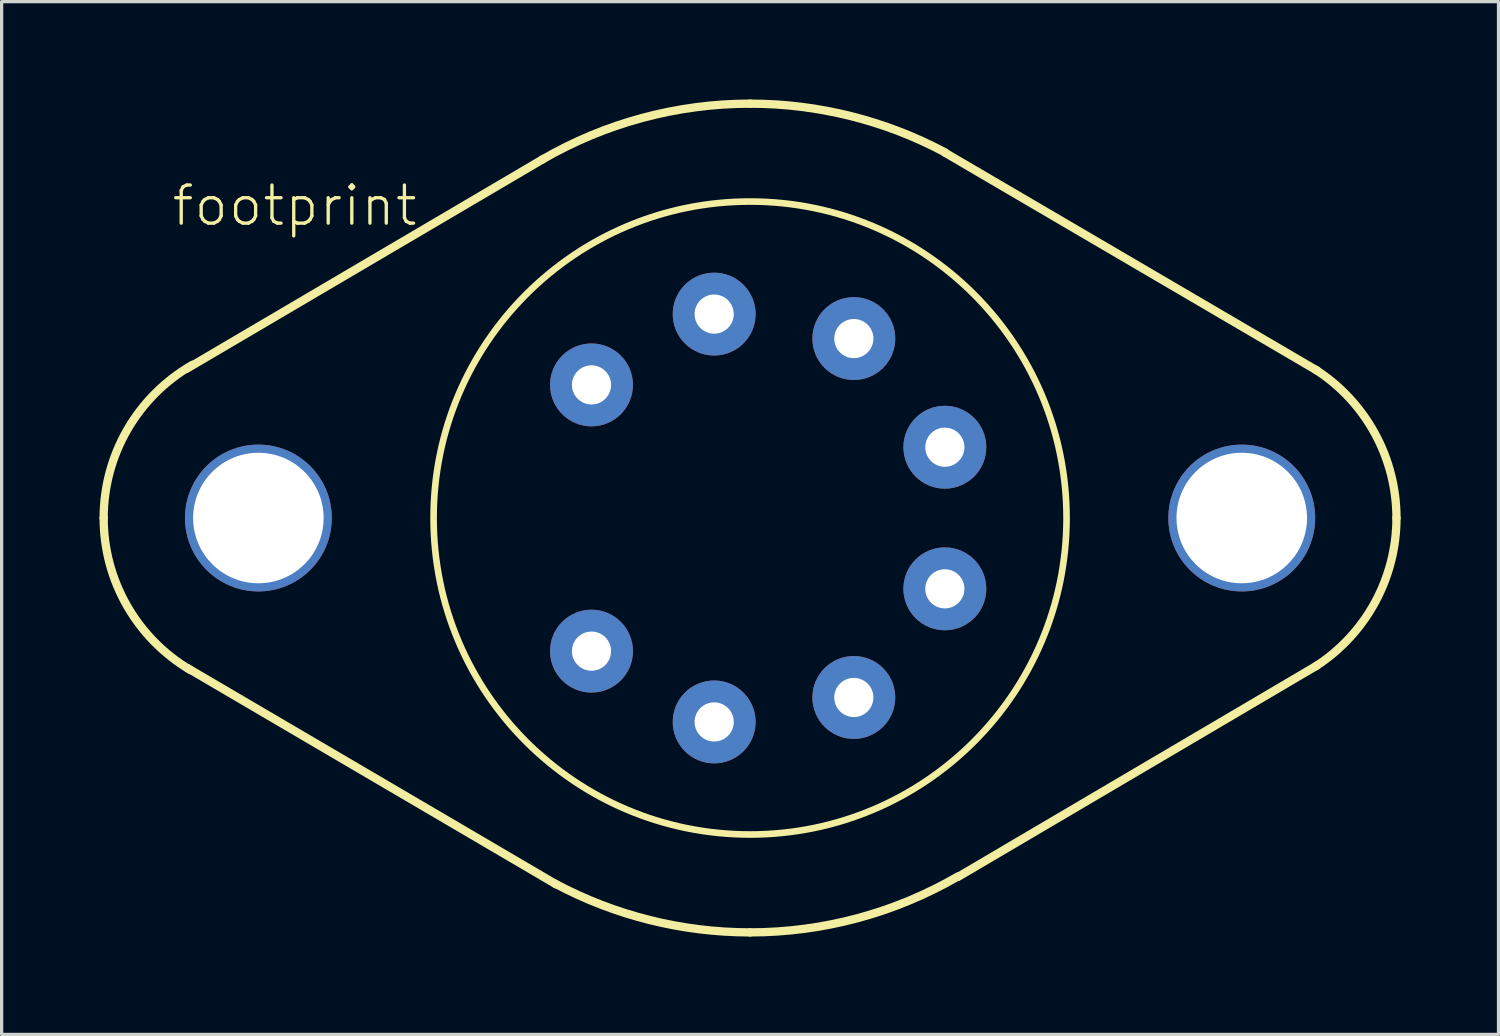
<source format=kicad_pcb>
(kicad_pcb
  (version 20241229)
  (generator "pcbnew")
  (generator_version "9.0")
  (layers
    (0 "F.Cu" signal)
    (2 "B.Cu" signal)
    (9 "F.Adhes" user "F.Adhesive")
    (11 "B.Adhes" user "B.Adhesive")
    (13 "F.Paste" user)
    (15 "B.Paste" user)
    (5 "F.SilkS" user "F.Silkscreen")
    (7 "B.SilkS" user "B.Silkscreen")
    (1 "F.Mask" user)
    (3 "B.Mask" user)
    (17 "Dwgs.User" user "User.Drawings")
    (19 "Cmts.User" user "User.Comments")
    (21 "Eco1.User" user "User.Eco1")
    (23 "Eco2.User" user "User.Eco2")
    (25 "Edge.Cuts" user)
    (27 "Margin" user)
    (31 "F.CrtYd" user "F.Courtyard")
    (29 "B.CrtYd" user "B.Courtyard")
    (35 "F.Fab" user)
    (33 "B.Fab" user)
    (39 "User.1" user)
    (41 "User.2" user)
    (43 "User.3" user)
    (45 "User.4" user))
  (footprint "footprint"
    (layer "F.Cu")
    (at 19.939 12.827)
    (property "Reference" "footprint" (at -17.78 -8.89 0) (layer "F.SilkS") (effects (font (size 1.168 1.168) (thickness 0.102)) (justify left bottom)))
    (fp_line (start -6.35 -10.998) (end -17.272 -4.572) (stroke (width 0.254) (type solid)) (layer "F.SilkS"))
    (fp_line (start -5.944 11.227) (end -17.247 4.597) (stroke (width 0.254) (type solid)) (layer "F.SilkS"))
    (fp_line (start 5.969 -11.201) (end 17.374 -4.521) (stroke (width 0.254) (type solid)) (layer "F.SilkS"))
    (fp_line (start 6.375 10.998) (end 17.374 4.521) (stroke (width 0.254) (type solid)) (layer "F.SilkS"))
    (fp_arc (start -19.812 0) (mid -19.08306 -2.712168) (end -17.0927 -4.6935) (stroke (width 0.254) (type solid)) (layer "F.SilkS"))
    (fp_arc (start -17.155499 4.657) (mid -19.101186 2.680705) (end -19.812 0) (stroke (width 0.254) (type solid)) (layer "F.SilkS"))
    (fp_arc (start -6.3718 -10.9859) (mid -3.299165 -12.263989) (end 0 -12.7) (stroke (width 0.254) (type solid)) (layer "F.SilkS"))
    (fp_arc (start 0 -12.7) (mid 3.080216 -12.320819) (end 5.9765 -11.2059) (stroke (width 0.254) (type solid)) (layer "F.SilkS"))
    (fp_arc (start 0 12.7) (mid -3.080216 12.320819) (end -5.9765 11.2059) (stroke (width 0.254) (type solid)) (layer "F.SilkS"))
    (fp_arc (start 6.3718 10.9859) (mid 3.299165 12.263989) (end 0 12.7) (stroke (width 0.254) (type solid)) (layer "F.SilkS"))
    (fp_arc (start 17.3366 -4.545) (mid 19.153011 -2.58769) (end 19.811999 0.000001) (stroke (width 0.254) (type solid)) (layer "F.SilkS"))
    (fp_arc (start 19.811999 -0.000001) (mid 19.153011 2.58769) (end 17.3366 4.545) (stroke (width 0.254) (type solid)) (layer "F.SilkS"))
    (fp_circle (center 0 0) (end 9.7 0) (stroke (width 0.203) (type solid)) (fill no) (layer "F.SilkS"))
    (pad "1" thru_hole circle (at -4.86 4.08) (size 2.54 2.54) (drill 1.2) (layers "*.Cu" "*.Mask"))
    (pad "2" thru_hole circle (at -1.1 6.25) (size 2.54 2.54) (drill 1.2) (layers "*.Cu" "*.Mask"))
    (pad "3" thru_hole circle (at 3.18 5.5) (size 2.54 2.54) (drill 1.2) (layers "*.Cu" "*.Mask"))
    (pad "4" thru_hole circle (at 5.97 2.17) (size 2.54 2.54) (drill 1.2) (layers "*.Cu" "*.Mask"))
    (pad "5" thru_hole circle (at 5.97 -2.17) (size 2.54 2.54) (drill 1.2) (layers "*.Cu" "*.Mask"))
    (pad "6" thru_hole circle (at 3.18 -5.5) (size 2.54 2.54) (drill 1.2) (layers "*.Cu" "*.Mask"))
    (pad "7" thru_hole circle (at -1.1 -6.25) (size 2.54 2.54) (drill 1.2) (layers "*.Cu" "*.Mask"))
    (pad "8" thru_hole circle (at -4.86 -4.08) (size 2.54 2.54) (drill 1.2) (layers "*.Cu" "*.Mask"))
    (pad "G@1" thru_hole circle (at -15.07 0) (size 4.5 4.5) (drill 4) (layers "*.Cu" "*.Mask"))
    (pad "G@2" thru_hole circle (at 15.07 0) (size 4.5 4.5) (drill 4) (layers "*.Cu" "*.Mask")))
  (gr_rect
    (start -3 -3)
    (end 42.878 28.654)
    (stroke (width 0.1) (type default))
    (fill no)
    (layer "Edge.Cuts")))
</source>
